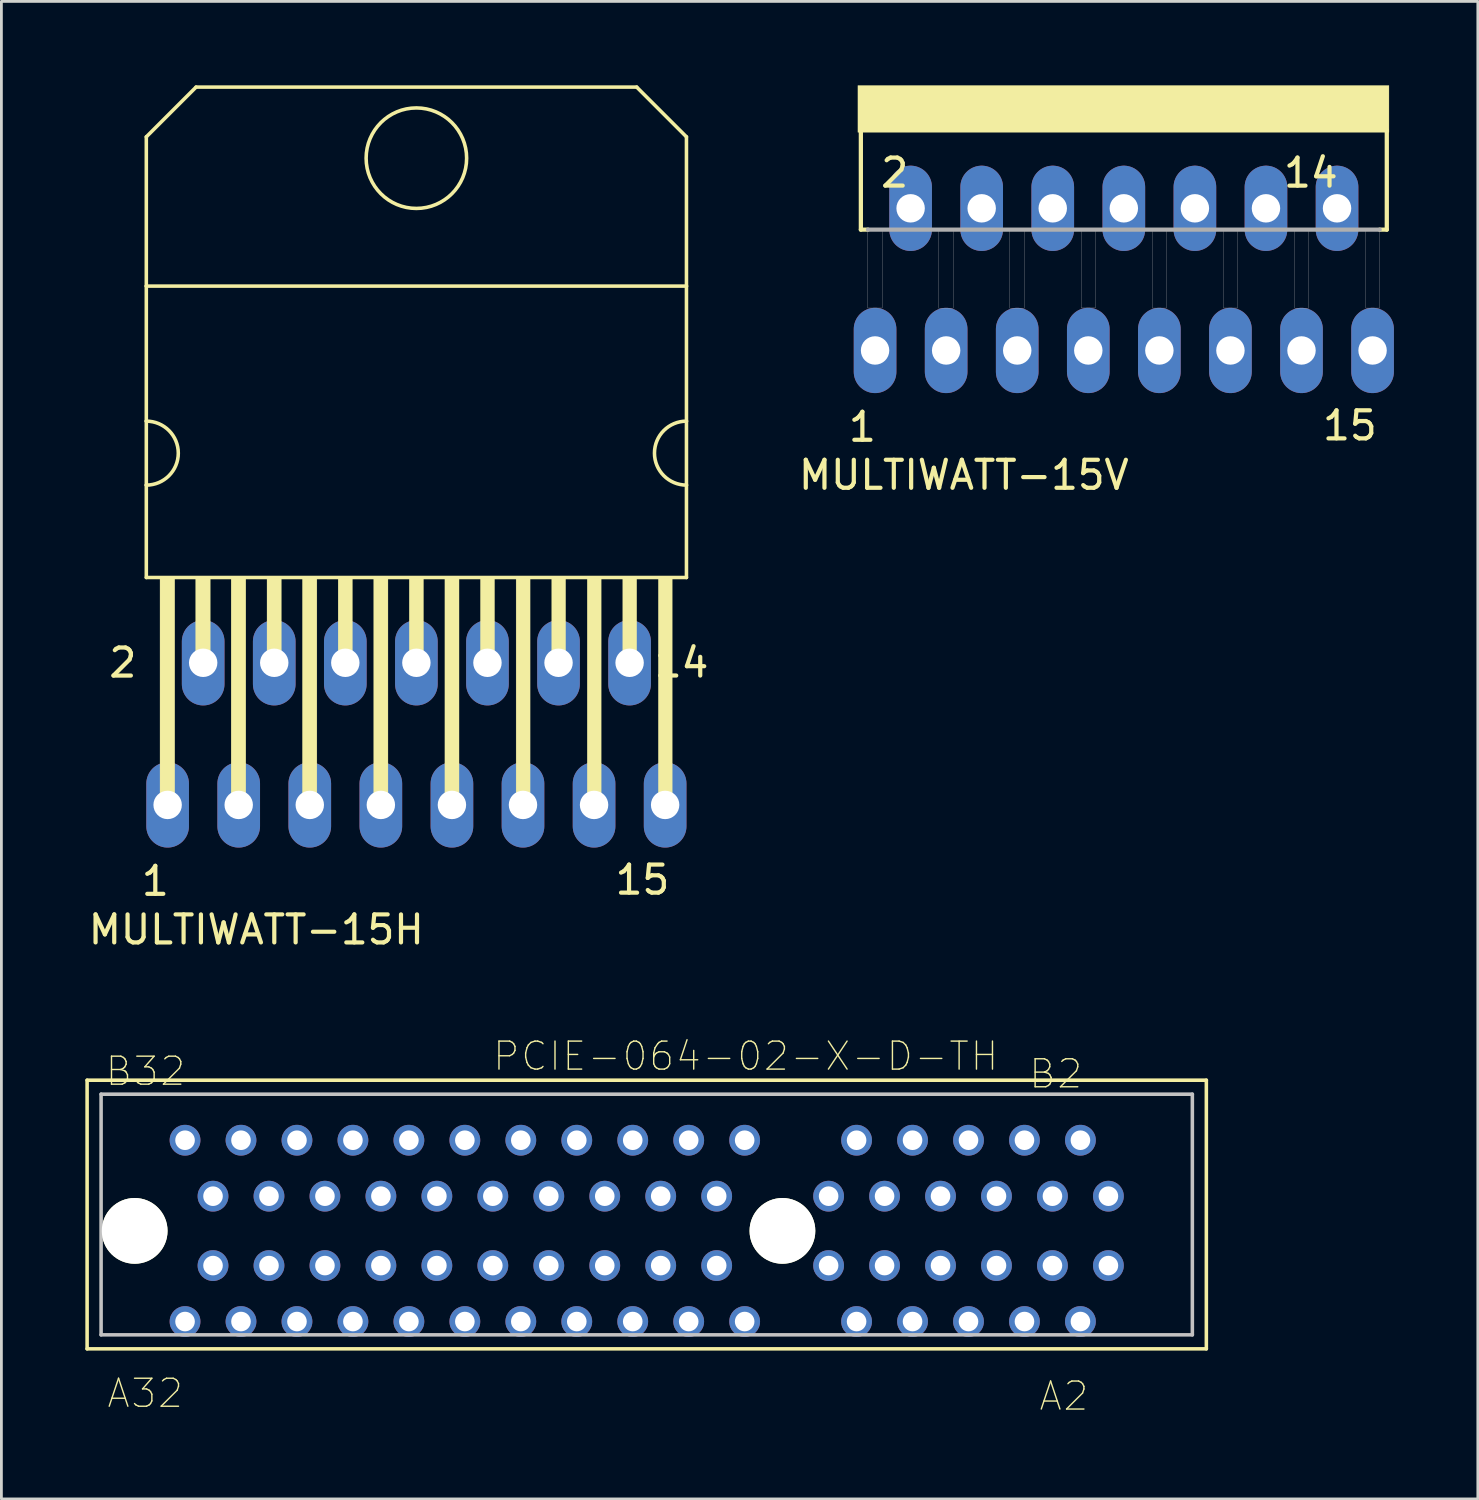
<source format=kicad_pcb>
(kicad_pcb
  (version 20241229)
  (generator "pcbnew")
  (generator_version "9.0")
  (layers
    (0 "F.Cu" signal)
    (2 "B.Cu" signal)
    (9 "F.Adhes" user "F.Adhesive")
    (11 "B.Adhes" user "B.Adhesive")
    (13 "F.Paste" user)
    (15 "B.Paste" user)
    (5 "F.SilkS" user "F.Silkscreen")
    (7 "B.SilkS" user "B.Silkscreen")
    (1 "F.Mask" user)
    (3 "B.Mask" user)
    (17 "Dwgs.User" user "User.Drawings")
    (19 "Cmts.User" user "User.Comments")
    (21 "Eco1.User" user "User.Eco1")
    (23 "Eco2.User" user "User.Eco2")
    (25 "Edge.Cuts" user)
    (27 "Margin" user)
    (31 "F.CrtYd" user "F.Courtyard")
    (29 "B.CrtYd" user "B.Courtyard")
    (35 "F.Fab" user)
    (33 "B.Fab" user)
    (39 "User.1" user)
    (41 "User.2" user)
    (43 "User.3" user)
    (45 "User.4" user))
  (footprint "MULTIWATT-15V"
    (layer "F.Cu")
    (at 37.114 1.855)
    (property "Reference" "MULTIWATT-15V" (at -5.718 12.072 0) (layer "F.SilkS") (effects (font (size 1.001 1.001) (thickness 0.15))))
    (attr through_hole)
    (fp_line (start -9.398 -0.254) (end -9.398 3.302) (stroke (width 0.152) (type solid)) (layer "F.SilkS"))
    (fp_line (start -9.398 3.302) (end -9.144 3.302) (stroke (width 0.152) (type solid)) (layer "F.SilkS"))
    (fp_line (start 9.144 3.302) (end 9.398 3.302) (stroke (width 0.152) (type solid)) (layer "F.SilkS"))
    (fp_line (start 9.398 -0.254) (end 9.398 3.302) (stroke (width 0.152) (type solid)) (layer "F.SilkS"))
    (fp_poly (pts (xy -9.503 -1.85) (xy 9.475 -1.85) (xy 9.475 -0.176) (xy -9.503 -0.176)) (stroke (width 0.01) (type solid)) (fill yes) (layer "F.SilkS"))
    (fp_line (start -9.144 3.302) (end 9.144 3.302) (stroke (width 0.152) (type solid)) (layer "F.Fab"))
    (fp_poly (pts (xy -9.155 3.302) (xy -8.636 3.302) (xy -8.636 6.103) (xy -9.155 6.103)) (stroke (width 0.01) (type solid)) (fill no) (layer "F.Fab"))
    (fp_poly (pts (xy -6.617 3.302) (xy -6.096 3.302) (xy -6.096 6.108) (xy -6.617 6.108)) (stroke (width 0.01) (type solid)) (fill no) (layer "F.Fab"))
    (fp_poly (pts (xy -4.073 3.302) (xy -3.556 3.302) (xy -3.556 6.11) (xy -4.073 6.11)) (stroke (width 0.01) (type solid)) (fill no) (layer "F.Fab"))
    (fp_poly (pts (xy -1.525 3.302) (xy -1.016 3.302) (xy -1.016 6.1) (xy -1.525 6.1)) (stroke (width 0.01) (type solid)) (fill no) (layer "F.Fab"))
    (fp_poly (pts (xy 1.018 3.302) (xy 1.524 3.302) (xy 1.524 6.105) (xy 1.018 6.105)) (stroke (width 0.01) (type solid)) (fill no) (layer "F.Fab"))
    (fp_poly (pts (xy 3.56 3.302) (xy 4.064 3.302) (xy 4.064 6.103) (xy 3.56 6.103)) (stroke (width 0.01) (type solid)) (fill no) (layer "F.Fab"))
    (fp_poly (pts (xy 6.11 3.302) (xy 6.604 3.302) (xy 6.604 6.11) (xy 6.11 6.11)) (stroke (width 0.01) (type solid)) (fill no) (layer "F.Fab"))
    (fp_poly (pts (xy 8.648 3.302) (xy 9.144 3.302) (xy 9.144 6.104) (xy 8.648 6.104)) (stroke (width 0.01) (type solid)) (fill no) (layer "F.Fab"))
    (fp_text user "15" (at 8.078 10.306 0) (layer "F.SilkS") (effects (font (size 1.003 1.003) (thickness 0.15))))
    (fp_text user "14" (at 6.683 1.273 0) (layer "F.SilkS") (effects (font (size 1.002 1.002) (thickness 0.15))))
    (fp_text user "1" (at -9.344 10.357 0) (layer "F.SilkS") (effects (font (size 1.002 1.002) (thickness 0.15))))
    (fp_text user "2" (at -8.19 1.272 0) (layer "F.SilkS") (effects (font (size 1.002 1.002) (thickness 0.15))))
    (pad "1" thru_hole oval (at -8.89 7.62) (size 1.524 3.048) (drill 1.016) (layers "*.Cu" "*.Mask"))
    (pad "2" thru_hole oval (at -7.62 2.54) (size 1.524 3.048) (drill 1.016) (layers "*.Cu" "*.Mask"))
    (pad "3" thru_hole oval (at -6.35 7.62) (size 1.524 3.048) (drill 1.016) (layers "*.Cu" "*.Mask"))
    (pad "4" thru_hole oval (at -5.08 2.54) (size 1.524 3.048) (drill 1.016) (layers "*.Cu" "*.Mask"))
    (pad "5" thru_hole oval (at -3.81 7.62) (size 1.524 3.048) (drill 1.016) (layers "*.Cu" "*.Mask"))
    (pad "6" thru_hole oval (at -2.54 2.54) (size 1.524 3.048) (drill 1.016) (layers "*.Cu" "*.Mask"))
    (pad "7" thru_hole oval (at -1.27 7.62) (size 1.524 3.048) (drill 1.016) (layers "*.Cu" "*.Mask"))
    (pad "8" thru_hole oval (at 0 2.54) (size 1.524 3.048) (drill 1.016) (layers "*.Cu" "*.Mask"))
    (pad "9" thru_hole oval (at 1.27 7.62) (size 1.524 3.048) (drill 1.016) (layers "*.Cu" "*.Mask"))
    (pad "10" thru_hole oval (at 2.54 2.54) (size 1.524 3.048) (drill 1.016) (layers "*.Cu" "*.Mask"))
    (pad "11" thru_hole oval (at 3.81 7.62) (size 1.524 3.048) (drill 1.016) (layers "*.Cu" "*.Mask"))
    (pad "12" thru_hole oval (at 5.08 2.54) (size 1.524 3.048) (drill 1.016) (layers "*.Cu" "*.Mask"))
    (pad "13" thru_hole oval (at 6.35 7.62) (size 1.524 3.048) (drill 1.016) (layers "*.Cu" "*.Mask"))
    (pad "14" thru_hole oval (at 7.62 2.54) (size 1.524 3.048) (drill 1.016) (layers "*.Cu" "*.Mask"))
    (pad "15" thru_hole oval (at 8.89 7.62) (size 1.524 3.048) (drill 1.016) (layers "*.Cu" "*.Mask")))
  (footprint "MULTIWATT-15H"
    (layer "F.Cu")
    (at 11.831 20.637)
    (property "Reference" "MULTIWATT-15H" (at -5.722 9.538 0) (layer "F.SilkS") (effects (font (size 1.001 1.001) (thickness 0.15))))
    (attr through_hole)
    (fp_line (start -9.652 -18.796) (end -7.874 -20.574) (stroke (width 0.127) (type solid)) (layer "F.SilkS"))
    (fp_line (start -9.652 -13.462) (end -9.652 -18.796) (stroke (width 0.127) (type solid)) (layer "F.SilkS"))
    (fp_line (start -9.652 -13.462) (end 9.652 -13.462) (stroke (width 0.127) (type solid)) (layer "F.SilkS"))
    (fp_line (start -9.652 -8.636) (end -9.652 -13.462) (stroke (width 0.127) (type solid)) (layer "F.SilkS"))
    (fp_line (start -9.652 -6.35) (end -9.652 -8.636) (stroke (width 0.127) (type solid)) (layer "F.SilkS"))
    (fp_line (start -9.652 -3.048) (end -9.652 -6.35) (stroke (width 0.127) (type solid)) (layer "F.SilkS"))
    (fp_line (start -9.652 -3.048) (end 9.652 -3.048) (stroke (width 0.127) (type solid)) (layer "F.SilkS"))
    (fp_line (start -7.874 -20.574) (end 7.874 -20.574) (stroke (width 0.127) (type solid)) (layer "F.SilkS"))
    (fp_line (start 7.874 -20.574) (end 9.652 -18.796) (stroke (width 0.127) (type solid)) (layer "F.SilkS"))
    (fp_line (start 9.652 -18.796) (end 9.652 -13.462) (stroke (width 0.127) (type solid)) (layer "F.SilkS"))
    (fp_line (start 9.652 -13.462) (end 9.652 -8.636) (stroke (width 0.127) (type solid)) (layer "F.SilkS"))
    (fp_line (start 9.652 -8.636) (end 9.652 -6.35) (stroke (width 0.127) (type solid)) (layer "F.SilkS"))
    (fp_line (start 9.652 -6.35) (end 9.652 -3.048) (stroke (width 0.127) (type solid)) (layer "F.SilkS"))
    (fp_arc (start -9.652 -8.636) (mid -8.509 -7.493) (end -9.652 -6.35) (stroke (width 0.127) (type solid)) (layer "F.SilkS"))
    (fp_arc (start 9.652 -6.35) (mid 8.509 -7.493) (end 9.652 -8.636) (stroke (width 0.127) (type solid)) (layer "F.SilkS"))
    (fp_circle (center 0 -18.034) (end 1.796 -18.034) (stroke (width 0.127) (type solid)) (fill no) (layer "F.SilkS"))
    (fp_poly (pts (xy -9.162 -3.048) (xy -8.636 -3.048) (xy -8.636 5.09) (xy -9.162 5.09)) (stroke (width 0.01) (type solid)) (fill yes) (layer "F.SilkS"))
    (fp_poly (pts (xy -7.889 -3.048) (xy -7.366 -3.048) (xy -7.366 0) (xy -7.889 0)) (stroke (width 0.01) (type solid)) (fill yes) (layer "F.SilkS"))
    (fp_poly (pts (xy -6.62 -3.048) (xy -6.096 -3.048) (xy -6.096 5.092) (xy -6.62 5.092)) (stroke (width 0.01) (type solid)) (fill yes) (layer "F.SilkS"))
    (fp_poly (pts (xy -5.338 -3.048) (xy -4.826 -3.048) (xy -4.826 0) (xy -5.338 0)) (stroke (width 0.01) (type solid)) (fill yes) (layer "F.SilkS"))
    (fp_poly (pts (xy -4.073 -3.048) (xy -3.556 -3.048) (xy -3.556 5.091) (xy -4.073 5.091)) (stroke (width 0.01) (type solid)) (fill yes) (layer "F.SilkS"))
    (fp_poly (pts (xy -2.796 -3.048) (xy -2.286 -3.048) (xy -2.286 0) (xy -2.796 0)) (stroke (width 0.01) (type solid)) (fill yes) (layer "F.SilkS"))
    (fp_poly (pts (xy -1.526 -3.048) (xy -1.016 -3.048) (xy -1.016 5.087) (xy -1.526 5.087)) (stroke (width 0.01) (type solid)) (fill yes) (layer "F.SilkS"))
    (fp_poly (pts (xy -0.255 -3.048) (xy 0.254 -3.048) (xy 0.254 0) (xy -0.255 0)) (stroke (width 0.01) (type solid)) (fill yes) (layer "F.SilkS"))
    (fp_poly (pts (xy 1.019 -3.048) (xy 1.524 -3.048) (xy 1.524 5.093) (xy 1.019 5.093)) (stroke (width 0.01) (type solid)) (fill yes) (layer "F.SilkS"))
    (fp_poly (pts (xy 2.288 -3.048) (xy 2.794 -3.048) (xy 2.794 0) (xy 2.288 0)) (stroke (width 0.01) (type solid)) (fill yes) (layer "F.SilkS"))
    (fp_poly (pts (xy 3.564 -3.048) (xy 4.064 -3.048) (xy 4.064 5.091) (xy 3.564 5.091)) (stroke (width 0.01) (type solid)) (fill yes) (layer "F.SilkS"))
    (fp_poly (pts (xy 4.836 -3.048) (xy 5.334 -3.048) (xy 5.334 0) (xy 4.836 0)) (stroke (width 0.01) (type solid)) (fill yes) (layer "F.SilkS"))
    (fp_poly (pts (xy 6.106 -3.048) (xy 6.604 -3.048) (xy 6.604 5.088) (xy 6.106 5.088)) (stroke (width 0.01) (type solid)) (fill yes) (layer "F.SilkS"))
    (fp_poly (pts (xy 7.375 -3.048) (xy 7.874 -3.048) (xy 7.874 0) (xy 7.375 0)) (stroke (width 0.01) (type solid)) (fill yes) (layer "F.SilkS"))
    (fp_poly (pts (xy 8.647 -3.048) (xy 9.144 -3.048) (xy 9.144 5.087) (xy 8.647 5.087)) (stroke (width 0.01) (type solid)) (fill yes) (layer "F.SilkS"))
    (fp_text user "14" (at 9.477 0 0) (layer "F.SilkS") (effects (font (size 1.001 1.001) (thickness 0.15))))
    (fp_text user "15" (at 8.078 7.759 0) (layer "F.SilkS") (effects (font (size 1.003 1.003) (thickness 0.15))))
    (fp_text user "1" (at -9.331 7.802 0) (layer "F.SilkS") (effects (font (size 1 1) (thickness 0.15))))
    (fp_text user "2" (at -10.491 0 0) (layer "F.SilkS") (effects (font (size 1.003 1.003) (thickness 0.15))))
    (pad "1" thru_hole oval (at -8.89 5.08) (size 1.524 3.048) (drill 1.016) (layers "*.Cu" "*.Mask"))
    (pad "2" thru_hole oval (at -7.62 0) (size 1.524 3.048) (drill 1.016) (layers "*.Cu" "*.Mask"))
    (pad "3" thru_hole oval (at -6.35 5.08) (size 1.524 3.048) (drill 1.016) (layers "*.Cu" "*.Mask"))
    (pad "4" thru_hole oval (at -5.08 0) (size 1.524 3.048) (drill 1.016) (layers "*.Cu" "*.Mask"))
    (pad "5" thru_hole oval (at -3.81 5.08) (size 1.524 3.048) (drill 1.016) (layers "*.Cu" "*.Mask"))
    (pad "6" thru_hole oval (at -2.54 0) (size 1.524 3.048) (drill 1.016) (layers "*.Cu" "*.Mask"))
    (pad "7" thru_hole oval (at -1.27 5.08) (size 1.524 3.048) (drill 1.016) (layers "*.Cu" "*.Mask"))
    (pad "8" thru_hole oval (at 0 0) (size 1.524 3.048) (drill 1.016) (layers "*.Cu" "*.Mask"))
    (pad "9" thru_hole oval (at 1.27 5.08) (size 1.524 3.048) (drill 1.016) (layers "*.Cu" "*.Mask"))
    (pad "10" thru_hole oval (at 2.54 0) (size 1.524 3.048) (drill 1.016) (layers "*.Cu" "*.Mask"))
    (pad "11" thru_hole oval (at 3.81 5.08) (size 1.524 3.048) (drill 1.016) (layers "*.Cu" "*.Mask"))
    (pad "12" thru_hole oval (at 5.08 0) (size 1.524 3.048) (drill 1.016) (layers "*.Cu" "*.Mask"))
    (pad "13" thru_hole oval (at 6.35 5.08) (size 1.524 3.048) (drill 1.016) (layers "*.Cu" "*.Mask"))
    (pad "14" thru_hole oval (at 7.62 0) (size 1.524 3.048) (drill 1.016) (layers "*.Cu" "*.Mask"))
    (pad "15" thru_hole oval (at 8.89 5.08) (size 1.524 3.048) (drill 1.016) (layers "*.Cu" "*.Mask")))
  (footprint "PCIE-064-02-X-D-TH"
    (layer "F.Cu")
    (at 24.913 40.94)
    (property "Reference" "PCIE-064-02-X-D-TH" (at -1.312 -6.243 0) (layer "F.SilkS") (effects (font (size 1.001 1.001) (thickness 0.05))))
    (attr through_hole)
    (fp_line (start -24.85 -5.385) (end 15.15 -5.385) (stroke (width 0.127) (type solid)) (layer "F.SilkS"))
    (fp_line (start -24.85 4.215) (end -24.85 -5.385) (stroke (width 0.127) (type solid)) (layer "F.SilkS"))
    (fp_line (start 15.15 -5.385) (end 15.15 4.215) (stroke (width 0.127) (type solid)) (layer "F.SilkS"))
    (fp_line (start 15.15 4.215) (end -24.85 4.215) (stroke (width 0.127) (type solid)) (layer "F.SilkS"))
    (fp_line (start -24.35 -4.885) (end 14.65 -4.885) (stroke (width 0.127) (type solid)) (layer "Dwgs.User"))
    (fp_line (start -24.35 3.715) (end -24.35 -4.885) (stroke (width 0.127) (type solid)) (layer "Dwgs.User"))
    (fp_line (start 14.65 -4.885) (end 14.65 3.715) (stroke (width 0.127) (type solid)) (layer "Dwgs.User"))
    (fp_line (start 14.65 3.715) (end -24.35 3.715) (stroke (width 0.127) (type solid)) (layer "Dwgs.User"))
    (fp_text user "A32" (at -22.774 5.806 0) (layer "F.SilkS") (effects (font (size 1 1) (thickness 0.05))))
    (fp_text user "A2" (at 10.06 5.906 0) (layer "F.SilkS") (effects (font (size 1 1) (thickness 0.05))))
    (fp_text user "B32" (at -22.764 -5.704 0) (layer "F.SilkS") (effects (font (size 1 1) (thickness 0.05))))
    (fp_text user "B2" (at 9.769 -5.611 0) (layer "F.SilkS") (effects (font (size 1 1) (thickness 0.05))))
    (pad "" np_thru_hole circle (at -23.15 0) (size 2.35 2.35) (drill 2.35) (layers "*.Cu" "*.Mask" "F.SilkS"))
    (pad "" np_thru_hole circle (at 0 0) (size 2.35 2.35) (drill 2.35) (layers "*.Cu" "*.Mask" "F.SilkS"))
    (pad "A1" thru_hole circle (at 11.65 1.24) (size 1.1 1.1) (drill 0.7) (layers "*.Cu" "*.Mask"))
    (pad "A2" thru_hole circle (at 10.65 3.24) (size 1.1 1.1) (drill 0.7) (layers "*.Cu" "*.Mask"))
    (pad "A3" thru_hole circle (at 9.65 1.24) (size 1.1 1.1) (drill 0.7) (layers "*.Cu" "*.Mask"))
    (pad "A4" thru_hole circle (at 8.65 3.24) (size 1.1 1.1) (drill 0.7) (layers "*.Cu" "*.Mask"))
    (pad "A5" thru_hole circle (at 7.65 1.24) (size 1.1 1.1) (drill 0.7) (layers "*.Cu" "*.Mask"))
    (pad "A6" thru_hole circle (at 6.65 3.24) (size 1.1 1.1) (drill 0.7) (layers "*.Cu" "*.Mask"))
    (pad "A7" thru_hole circle (at 5.65 1.24) (size 1.1 1.1) (drill 0.7) (layers "*.Cu" "*.Mask"))
    (pad "A8" thru_hole circle (at 4.65 3.24) (size 1.1 1.1) (drill 0.7) (layers "*.Cu" "*.Mask"))
    (pad "A9" thru_hole circle (at 3.65 1.24) (size 1.1 1.1) (drill 0.7) (layers "*.Cu" "*.Mask"))
    (pad "A10" thru_hole circle (at 2.65 3.24) (size 1.1 1.1) (drill 0.7) (layers "*.Cu" "*.Mask"))
    (pad "A11" thru_hole circle (at 1.65 1.24) (size 1.1 1.1) (drill 0.7) (layers "*.Cu" "*.Mask"))
    (pad "A12" thru_hole circle (at -1.35 3.24) (size 1.1 1.1) (drill 0.7) (layers "*.Cu" "*.Mask"))
    (pad "A13" thru_hole circle (at -2.35 1.24) (size 1.1 1.1) (drill 0.7) (layers "*.Cu" "*.Mask"))
    (pad "A14" thru_hole circle (at -3.35 3.24) (size 1.1 1.1) (drill 0.7) (layers "*.Cu" "*.Mask"))
    (pad "A15" thru_hole circle (at -4.35 1.24) (size 1.1 1.1) (drill 0.7) (layers "*.Cu" "*.Mask"))
    (pad "A16" thru_hole circle (at -5.35 3.24) (size 1.1 1.1) (drill 0.7) (layers "*.Cu" "*.Mask"))
    (pad "A17" thru_hole circle (at -6.35 1.24) (size 1.1 1.1) (drill 0.7) (layers "*.Cu" "*.Mask"))
    (pad "A18" thru_hole circle (at -7.35 3.24) (size 1.1 1.1) (drill 0.7) (layers "*.Cu" "*.Mask"))
    (pad "A19" thru_hole circle (at -8.35 1.24) (size 1.1 1.1) (drill 0.7) (layers "*.Cu" "*.Mask"))
    (pad "A20" thru_hole circle (at -9.35 3.24) (size 1.1 1.1) (drill 0.7) (layers "*.Cu" "*.Mask"))
    (pad "A21" thru_hole circle (at -10.35 1.24) (size 1.1 1.1) (drill 0.7) (layers "*.Cu" "*.Mask"))
    (pad "A22" thru_hole circle (at -11.35 3.24) (size 1.1 1.1) (drill 0.7) (layers "*.Cu" "*.Mask"))
    (pad "A23" thru_hole circle (at -12.35 1.24) (size 1.1 1.1) (drill 0.7) (layers "*.Cu" "*.Mask"))
    (pad "A24" thru_hole circle (at -13.35 3.24) (size 1.1 1.1) (drill 0.7) (layers "*.Cu" "*.Mask"))
    (pad "A25" thru_hole circle (at -14.35 1.24) (size 1.1 1.1) (drill 0.7) (layers "*.Cu" "*.Mask"))
    (pad "A26" thru_hole circle (at -15.35 3.24) (size 1.1 1.1) (drill 0.7) (layers "*.Cu" "*.Mask"))
    (pad "A27" thru_hole circle (at -16.35 1.24) (size 1.1 1.1) (drill 0.7) (layers "*.Cu" "*.Mask"))
    (pad "A28" thru_hole circle (at -17.35 3.24) (size 1.1 1.1) (drill 0.7) (layers "*.Cu" "*.Mask"))
    (pad "A29" thru_hole circle (at -18.35 1.24) (size 1.1 1.1) (drill 0.7) (layers "*.Cu" "*.Mask"))
    (pad "A30" thru_hole circle (at -19.35 3.24) (size 1.1 1.1) (drill 0.7) (layers "*.Cu" "*.Mask"))
    (pad "A31" thru_hole circle (at -20.35 1.24) (size 1.1 1.1) (drill 0.7) (layers "*.Cu" "*.Mask"))
    (pad "A32" thru_hole circle (at -21.35 3.24) (size 1.1 1.1) (drill 0.7) (layers "*.Cu" "*.Mask"))
    (pad "B1" thru_hole circle (at 11.65 -1.24) (size 1.1 1.1) (drill 0.7) (layers "*.Cu" "*.Mask"))
    (pad "B2" thru_hole circle (at 10.65 -3.24) (size 1.1 1.1) (drill 0.7) (layers "*.Cu" "*.Mask"))
    (pad "B3" thru_hole circle (at 9.65 -1.24) (size 1.1 1.1) (drill 0.7) (layers "*.Cu" "*.Mask"))
    (pad "B4" thru_hole circle (at 8.65 -3.24) (size 1.1 1.1) (drill 0.7) (layers "*.Cu" "*.Mask"))
    (pad "B5" thru_hole circle (at 7.65 -1.24) (size 1.1 1.1) (drill 0.7) (layers "*.Cu" "*.Mask"))
    (pad "B6" thru_hole circle (at 6.65 -3.24) (size 1.1 1.1) (drill 0.7) (layers "*.Cu" "*.Mask"))
    (pad "B7" thru_hole circle (at 5.65 -1.24) (size 1.1 1.1) (drill 0.7) (layers "*.Cu" "*.Mask"))
    (pad "B8" thru_hole circle (at 4.65 -3.24) (size 1.1 1.1) (drill 0.7) (layers "*.Cu" "*.Mask"))
    (pad "B9" thru_hole circle (at 3.65 -1.24) (size 1.1 1.1) (drill 0.7) (layers "*.Cu" "*.Mask"))
    (pad "B10" thru_hole circle (at 2.65 -3.24) (size 1.1 1.1) (drill 0.7) (layers "*.Cu" "*.Mask"))
    (pad "B11" thru_hole circle (at 1.65 -1.24) (size 1.1 1.1) (drill 0.7) (layers "*.Cu" "*.Mask"))
    (pad "B12" thru_hole circle (at -1.35 -3.24) (size 1.1 1.1) (drill 0.7) (layers "*.Cu" "*.Mask"))
    (pad "B13" thru_hole circle (at -2.35 -1.24) (size 1.1 1.1) (drill 0.7) (layers "*.Cu" "*.Mask"))
    (pad "B14" thru_hole circle (at -3.35 -3.24) (size 1.1 1.1) (drill 0.7) (layers "*.Cu" "*.Mask"))
    (pad "B15" thru_hole circle (at -4.35 -1.24) (size 1.1 1.1) (drill 0.7) (layers "*.Cu" "*.Mask"))
    (pad "B16" thru_hole circle (at -5.35 -3.24) (size 1.1 1.1) (drill 0.7) (layers "*.Cu" "*.Mask"))
    (pad "B17" thru_hole circle (at -6.35 -1.24) (size 1.1 1.1) (drill 0.7) (layers "*.Cu" "*.Mask"))
    (pad "B18" thru_hole circle (at -7.35 -3.24) (size 1.1 1.1) (drill 0.7) (layers "*.Cu" "*.Mask"))
    (pad "B19" thru_hole circle (at -8.35 -1.24) (size 1.1 1.1) (drill 0.7) (layers "*.Cu" "*.Mask"))
    (pad "B20" thru_hole circle (at -9.35 -3.24) (size 1.1 1.1) (drill 0.7) (layers "*.Cu" "*.Mask"))
    (pad "B21" thru_hole circle (at -10.35 -1.24) (size 1.1 1.1) (drill 0.7) (layers "*.Cu" "*.Mask"))
    (pad "B22" thru_hole circle (at -11.35 -3.24) (size 1.1 1.1) (drill 0.7) (layers "*.Cu" "*.Mask"))
    (pad "B23" thru_hole circle (at -12.35 -1.24) (size 1.1 1.1) (drill 0.7) (layers "*.Cu" "*.Mask"))
    (pad "B24" thru_hole circle (at -13.35 -3.24) (size 1.1 1.1) (drill 0.7) (layers "*.Cu" "*.Mask"))
    (pad "B25" thru_hole circle (at -14.35 -1.24) (size 1.1 1.1) (drill 0.7) (layers "*.Cu" "*.Mask"))
    (pad "B26" thru_hole circle (at -15.35 -3.24) (size 1.1 1.1) (drill 0.7) (layers "*.Cu" "*.Mask"))
    (pad "B27" thru_hole circle (at -16.35 -1.24) (size 1.1 1.1) (drill 0.7) (layers "*.Cu" "*.Mask"))
    (pad "B28" thru_hole circle (at -17.35 -3.24) (size 1.1 1.1) (drill 0.7) (layers "*.Cu" "*.Mask"))
    (pad "B29" thru_hole circle (at -18.35 -1.24) (size 1.1 1.1) (drill 0.7) (layers "*.Cu" "*.Mask"))
    (pad "B30" thru_hole circle (at -19.35 -3.24) (size 1.1 1.1) (drill 0.7) (layers "*.Cu" "*.Mask"))
    (pad "B31" thru_hole circle (at -20.35 -1.24) (size 1.1 1.1) (drill 0.7) (layers "*.Cu" "*.Mask"))
    (pad "B32" thru_hole circle (at -21.35 -3.24) (size 1.1 1.1) (drill 0.7) (layers "*.Cu" "*.Mask")))
  (gr_rect
    (start -3 -3)
    (end 49.766 50.519)
    (stroke (width 0.1) (type default))
    (fill no)
    (layer "Edge.Cuts")))
</source>
